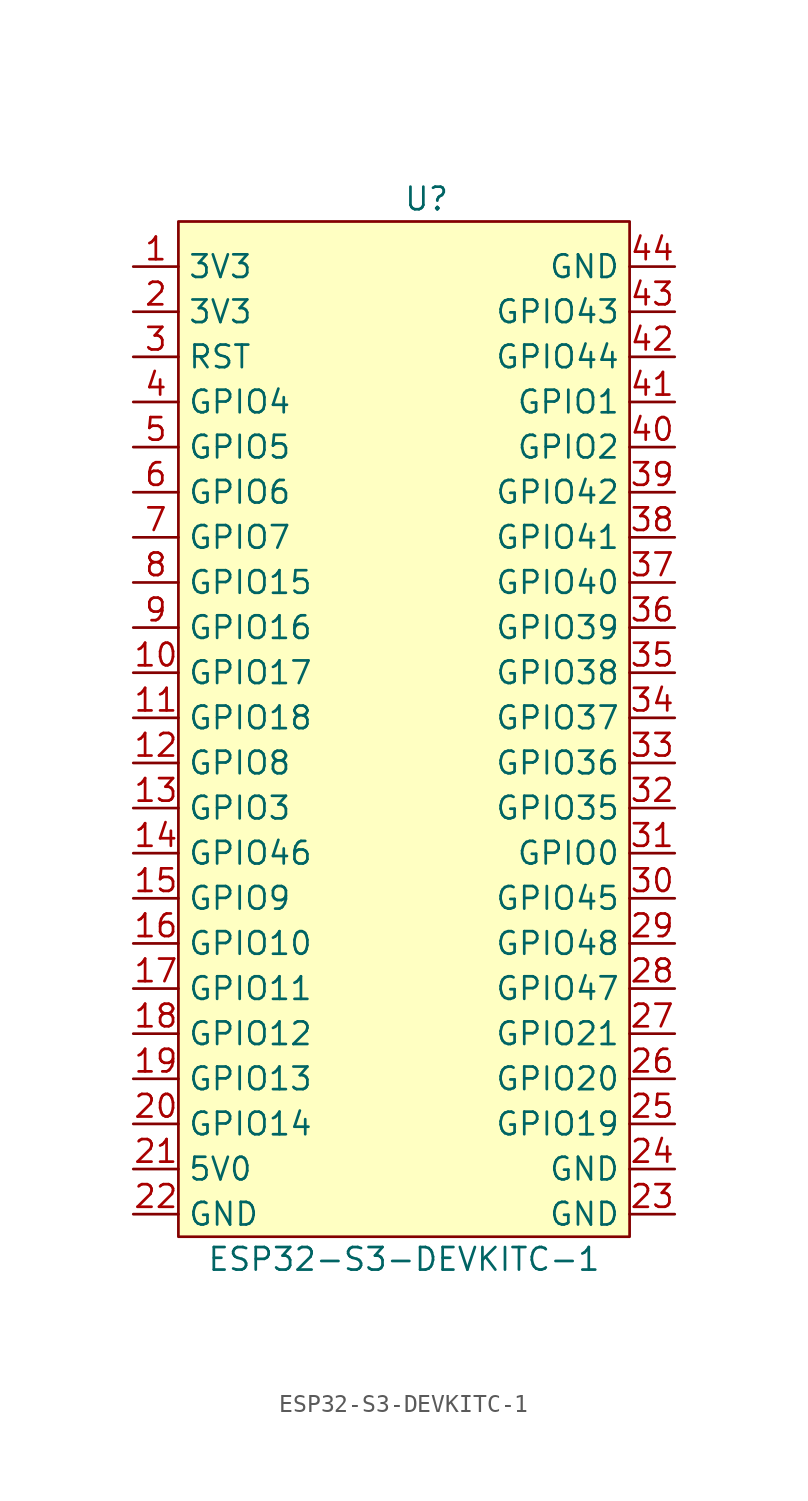
<source format=kicad_sym>
(kicad_symbol_lib
  (version 20211014)
  (generator kicad_symbol_editor)
  (symbol "ESP32-S3-DEVKITC-1"
    (property "Reference" "U"
      (at 13.97 1.27 0)
      (effects (font (size 1.27 1.27))))
    (property "Value" "ESP32-S3-DEVKITC-1"
      (at 12.7 -58.42 0)
      (effects (font (size 1.27 1.27))))
    (symbol "ESP32-S3-DEVKITC-1_0_1"
      (rectangle (start 0 0) (end 25.4 -57.15) (stroke (width 0) (type default) (color 0 0 0 0)) (fill (type background))))
    (symbol "ESP32-S3-DEVKITC-1_1_1"
      (pin power_out line (at -2.54 -2.54 0) (length 2.54) (name "3V3" (effects (font (size 1.27 1.27)))) (number "1" (effects (font (size 1.27 1.27)))))
      (pin bidirectional line (at -2.54 -25.4 0) (length 2.54) (name "GPIO17" (effects (font (size 1.27 1.27)))) (number "10" (effects (font (size 1.27 1.27)))))
      (pin bidirectional line (at -2.54 -27.94 0) (length 2.54) (name "GPIO18" (effects (font (size 1.27 1.27)))) (number "11" (effects (font (size 1.27 1.27)))))
      (pin bidirectional line (at -2.54 -30.48 0) (length 2.54) (name "GPIO8" (effects (font (size 1.27 1.27)))) (number "12" (effects (font (size 1.27 1.27)))))
      (pin bidirectional line (at -2.54 -33.02 0) (length 2.54) (name "GPIO3" (effects (font (size 1.27 1.27)))) (number "13" (effects (font (size 1.27 1.27)))))
      (pin bidirectional line (at -2.54 -35.56 0) (length 2.54) (name "GPIO46" (effects (font (size 1.27 1.27)))) (number "14" (effects (font (size 1.27 1.27)))))
      (pin bidirectional line (at -2.54 -38.1 0) (length 2.54) (name "GPIO9" (effects (font (size 1.27 1.27)))) (number "15" (effects (font (size 1.27 1.27)))))
      (pin bidirectional line (at -2.54 -40.64 0) (length 2.54) (name "GPIO10" (effects (font (size 1.27 1.27)))) (number "16" (effects (font (size 1.27 1.27)))))
      (pin bidirectional line (at -2.54 -43.18 0) (length 2.54) (name "GPIO11" (effects (font (size 1.27 1.27)))) (number "17" (effects (font (size 1.27 1.27)))))
      (pin bidirectional line (at -2.54 -45.72 0) (length 2.54) (name "GPIO12" (effects (font (size 1.27 1.27)))) (number "18" (effects (font (size 1.27 1.27)))))
      (pin bidirectional line (at -2.54 -48.26 0) (length 2.54) (name "GPIO13" (effects (font (size 1.27 1.27)))) (number "19" (effects (font (size 1.27 1.27)))))
      (pin power_out line (at -2.54 -5.08 0) (length 2.54) (name "3V3" (effects (font (size 1.27 1.27)))) (number "2" (effects (font (size 1.27 1.27)))))
      (pin bidirectional line (at -2.54 -50.8 0) (length 2.54) (name "GPIO14" (effects (font (size 1.27 1.27)))) (number "20" (effects (font (size 1.27 1.27)))))
      (pin output line (at -2.54 -53.34 0) (length 2.54) (name "5V0" (effects (font (size 1.27 1.27)))) (number "21" (effects (font (size 1.27 1.27)))))
      (pin power_out line (at -2.54 -55.88 0) (length 2.54) (name "GND" (effects (font (size 1.27 1.27)))) (number "22" (effects (font (size 1.27 1.27)))))
      (pin power_out line (at 27.94 -55.88 180) (length 2.54) (name "GND" (effects (font (size 1.27 1.27)))) (number "23" (effects (font (size 1.27 1.27)))))
      (pin power_out line (at 27.94 -53.34 180) (length 2.54) (name "GND" (effects (font (size 1.27 1.27)))) (number "24" (effects (font (size 1.27 1.27)))))
      (pin bidirectional line (at 27.94 -50.8 180) (length 2.54) (name "GPIO19" (effects (font (size 1.27 1.27)))) (number "25" (effects (font (size 1.27 1.27)))))
      (pin bidirectional line (at 27.94 -48.26 180) (length 2.54) (name "GPIO20" (effects (font (size 1.27 1.27)))) (number "26" (effects (font (size 1.27 1.27)))))
      (pin bidirectional line (at 27.94 -45.72 180) (length 2.54) (name "GPIO21" (effects (font (size 1.27 1.27)))) (number "27" (effects (font (size 1.27 1.27)))))
      (pin bidirectional line (at 27.94 -43.18 180) (length 2.54) (name "GPIO47" (effects (font (size 1.27 1.27)))) (number "28" (effects (font (size 1.27 1.27)))))
      (pin bidirectional line (at 27.94 -40.64 180) (length 2.54) (name "GPIO48" (effects (font (size 1.27 1.27)))) (number "29" (effects (font (size 1.27 1.27)))))
      (pin input line (at -2.54 -7.62 0) (length 2.54) (name "RST" (effects (font (size 1.27 1.27)))) (number "3" (effects (font (size 1.27 1.27)))))
      (pin bidirectional line (at 27.94 -38.1 180) (length 2.54) (name "GPIO45" (effects (font (size 1.27 1.27)))) (number "30" (effects (font (size 1.27 1.27)))))
      (pin bidirectional line (at 27.94 -35.56 180) (length 2.54) (name "GPIO0" (effects (font (size 1.27 1.27)))) (number "31" (effects (font (size 1.27 1.27)))))
      (pin bidirectional line (at 27.94 -33.02 180) (length 2.54) (name "GPIO35" (effects (font (size 1.27 1.27)))) (number "32" (effects (font (size 1.27 1.27)))))
      (pin bidirectional line (at 27.94 -30.48 180) (length 2.54) (name "GPIO36" (effects (font (size 1.27 1.27)))) (number "33" (effects (font (size 1.27 1.27)))))
      (pin bidirectional line (at 27.94 -27.94 180) (length 2.54) (name "GPIO37" (effects (font (size 1.27 1.27)))) (number "34" (effects (font (size 1.27 1.27)))))
      (pin bidirectional line (at 27.94 -25.4 180) (length 2.54) (name "GPIO38" (effects (font (size 1.27 1.27)))) (number "35" (effects (font (size 1.27 1.27)))))
      (pin bidirectional line (at 27.94 -22.86 180) (length 2.54) (name "GPIO39" (effects (font (size 1.27 1.27)))) (number "36" (effects (font (size 1.27 1.27)))))
      (pin bidirectional line (at 27.94 -20.32 180) (length 2.54) (name "GPIO40" (effects (font (size 1.27 1.27)))) (number "37" (effects (font (size 1.27 1.27)))))
      (pin bidirectional line (at 27.94 -17.78 180) (length 2.54) (name "GPIO41" (effects (font (size 1.27 1.27)))) (number "38" (effects (font (size 1.27 1.27)))))
      (pin bidirectional line (at 27.94 -15.24 180) (length 2.54) (name "GPIO42" (effects (font (size 1.27 1.27)))) (number "39" (effects (font (size 1.27 1.27)))))
      (pin bidirectional line (at -2.54 -10.16 0) (length 2.54) (name "GPIO4" (effects (font (size 1.27 1.27)))) (number "4" (effects (font (size 1.27 1.27)))))
      (pin bidirectional line (at 27.94 -12.7 180) (length 2.54) (name "GPIO2" (effects (font (size 1.27 1.27)))) (number "40" (effects (font (size 1.27 1.27)))))
      (pin bidirectional line (at 27.94 -10.16 180) (length 2.54) (name "GPIO1" (effects (font (size 1.27 1.27)))) (number "41" (effects (font (size 1.27 1.27)))))
      (pin bidirectional line (at 27.94 -7.62 180) (length 2.54) (name "GPIO44" (effects (font (size 1.27 1.27)))) (number "42" (effects (font (size 1.27 1.27)))))
      (pin bidirectional line (at 27.94 -5.08 180) (length 2.54) (name "GPIO43" (effects (font (size 1.27 1.27)))) (number "43" (effects (font (size 1.27 1.27)))))
      (pin power_out line (at 27.94 -2.54 180) (length 2.54) (name "GND" (effects (font (size 1.27 1.27)))) (number "44" (effects (font (size 1.27 1.27)))))
      (pin bidirectional line (at -2.54 -12.7 0) (length 2.54) (name "GPIO5" (effects (font (size 1.27 1.27)))) (number "5" (effects (font (size 1.27 1.27)))))
      (pin bidirectional line (at -2.54 -15.24 0) (length 2.54) (name "GPIO6" (effects (font (size 1.27 1.27)))) (number "6" (effects (font (size 1.27 1.27)))))
      (pin bidirectional line (at -2.54 -17.78 0) (length 2.54) (name "GPIO7" (effects (font (size 1.27 1.27)))) (number "7" (effects (font (size 1.27 1.27)))))
      (pin bidirectional line (at -2.54 -20.32 0) (length 2.54) (name "GPIO15" (effects (font (size 1.27 1.27)))) (number "8" (effects (font (size 1.27 1.27)))))
      (pin bidirectional line (at -2.54 -22.86 0) (length 2.54) (name "GPIO16" (effects (font (size 1.27 1.27)))) (number "9" (effects (font (size 1.27 1.27))))))))
</source>
